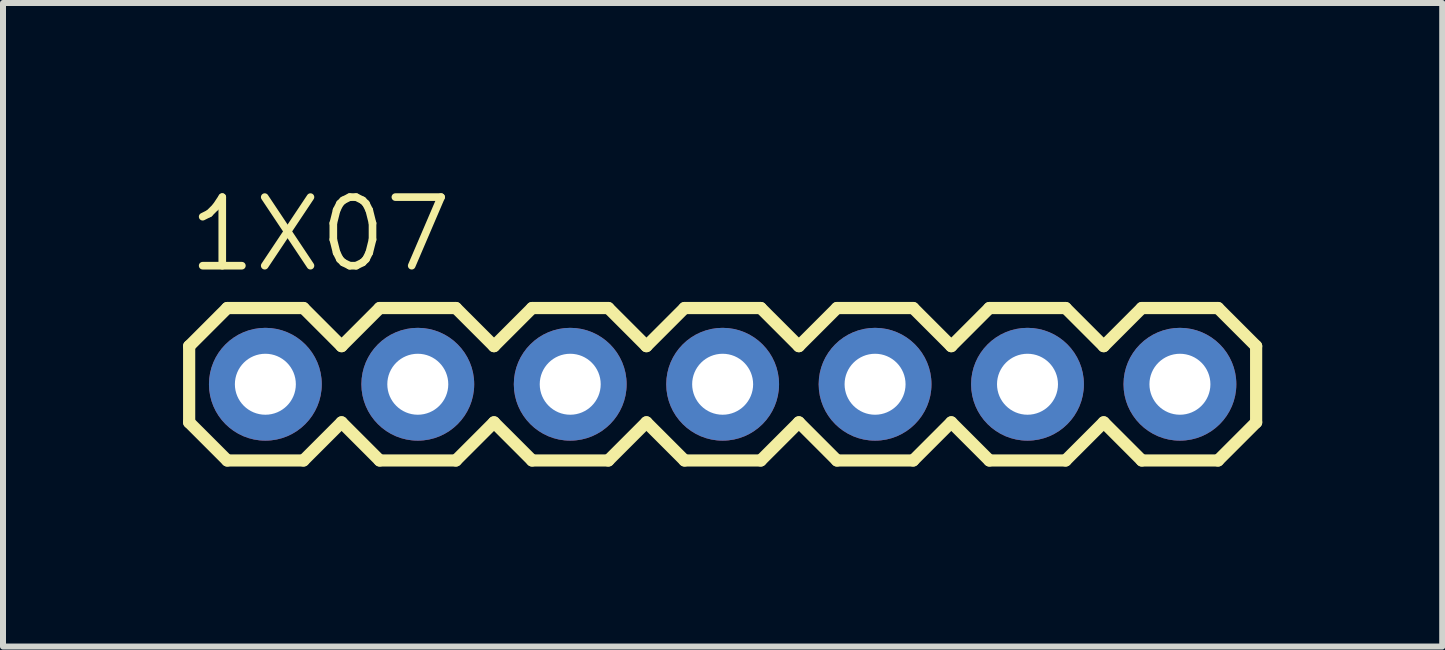
<source format=kicad_pcb>
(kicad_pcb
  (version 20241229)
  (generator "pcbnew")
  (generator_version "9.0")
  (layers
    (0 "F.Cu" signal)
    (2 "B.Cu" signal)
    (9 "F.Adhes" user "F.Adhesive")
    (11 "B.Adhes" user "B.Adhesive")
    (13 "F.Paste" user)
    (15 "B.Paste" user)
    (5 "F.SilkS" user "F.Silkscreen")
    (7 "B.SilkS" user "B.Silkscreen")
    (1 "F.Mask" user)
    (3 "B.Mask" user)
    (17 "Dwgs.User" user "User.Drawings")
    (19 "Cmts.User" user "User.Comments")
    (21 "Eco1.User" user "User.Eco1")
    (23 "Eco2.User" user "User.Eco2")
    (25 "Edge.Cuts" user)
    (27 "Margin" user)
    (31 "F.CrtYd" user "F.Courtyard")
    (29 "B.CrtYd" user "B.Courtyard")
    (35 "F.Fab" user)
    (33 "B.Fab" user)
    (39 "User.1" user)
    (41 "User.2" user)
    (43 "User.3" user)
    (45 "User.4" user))
  (footprint "1X07"
    (layer "F.Cu")
    (at 1.372 3.353)
    (property "Reference" "1X07" (at -1.346 -1.829 0) (layer "F.SilkS") (effects (font (size 1.143 1.143) (thickness 0.127)) (justify left bottom)))
    (fp_line (start -1.27 -0.635) (end -1.27 0.635) (stroke (width 0.203) (type solid)) (layer "F.SilkS"))
    (fp_line (start -1.27 0.635) (end -0.635 1.27) (stroke (width 0.203) (type solid)) (layer "F.SilkS"))
    (fp_line (start -0.635 -1.27) (end -1.27 -0.635) (stroke (width 0.203) (type solid)) (layer "F.SilkS"))
    (fp_line (start -0.635 -1.27) (end 0.635 -1.27) (stroke (width 0.203) (type solid)) (layer "F.SilkS"))
    (fp_line (start 0.635 -1.27) (end 1.27 -0.635) (stroke (width 0.203) (type solid)) (layer "F.SilkS"))
    (fp_line (start 0.635 1.27) (end -0.635 1.27) (stroke (width 0.203) (type solid)) (layer "F.SilkS"))
    (fp_line (start 1.27 -0.635) (end 1.905 -1.27) (stroke (width 0.203) (type solid)) (layer "F.SilkS"))
    (fp_line (start 1.27 0.635) (end 0.635 1.27) (stroke (width 0.203) (type solid)) (layer "F.SilkS"))
    (fp_line (start 1.905 -1.27) (end 3.175 -1.27) (stroke (width 0.203) (type solid)) (layer "F.SilkS"))
    (fp_line (start 1.905 1.27) (end 1.27 0.635) (stroke (width 0.203) (type solid)) (layer "F.SilkS"))
    (fp_line (start 3.175 -1.27) (end 3.81 -0.635) (stroke (width 0.203) (type solid)) (layer "F.SilkS"))
    (fp_line (start 3.175 1.27) (end 1.905 1.27) (stroke (width 0.203) (type solid)) (layer "F.SilkS"))
    (fp_line (start 3.81 -0.635) (end 4.445 -1.27) (stroke (width 0.203) (type solid)) (layer "F.SilkS"))
    (fp_line (start 3.81 0.635) (end 3.175 1.27) (stroke (width 0.203) (type solid)) (layer "F.SilkS"))
    (fp_line (start 4.445 -1.27) (end 5.715 -1.27) (stroke (width 0.203) (type solid)) (layer "F.SilkS"))
    (fp_line (start 4.445 1.27) (end 3.81 0.635) (stroke (width 0.203) (type solid)) (layer "F.SilkS"))
    (fp_line (start 5.715 -1.27) (end 6.35 -0.635) (stroke (width 0.203) (type solid)) (layer "F.SilkS"))
    (fp_line (start 5.715 1.27) (end 4.445 1.27) (stroke (width 0.203) (type solid)) (layer "F.SilkS"))
    (fp_line (start 6.35 0.635) (end 5.715 1.27) (stroke (width 0.203) (type solid)) (layer "F.SilkS"))
    (fp_line (start 6.35 0.635) (end 6.985 1.27) (stroke (width 0.203) (type solid)) (layer "F.SilkS"))
    (fp_line (start 6.985 -1.27) (end 6.35 -0.635) (stroke (width 0.203) (type solid)) (layer "F.SilkS"))
    (fp_line (start 6.985 -1.27) (end 8.255 -1.27) (stroke (width 0.203) (type solid)) (layer "F.SilkS"))
    (fp_line (start 8.255 -1.27) (end 8.89 -0.635) (stroke (width 0.203) (type solid)) (layer "F.SilkS"))
    (fp_line (start 8.255 1.27) (end 6.985 1.27) (stroke (width 0.203) (type solid)) (layer "F.SilkS"))
    (fp_line (start 8.89 -0.635) (end 9.525 -1.27) (stroke (width 0.203) (type solid)) (layer "F.SilkS"))
    (fp_line (start 8.89 0.635) (end 8.255 1.27) (stroke (width 0.203) (type solid)) (layer "F.SilkS"))
    (fp_line (start 9.525 -1.27) (end 10.795 -1.27) (stroke (width 0.203) (type solid)) (layer "F.SilkS"))
    (fp_line (start 9.525 1.27) (end 8.89 0.635) (stroke (width 0.203) (type solid)) (layer "F.SilkS"))
    (fp_line (start 10.795 -1.27) (end 11.43 -0.635) (stroke (width 0.203) (type solid)) (layer "F.SilkS"))
    (fp_line (start 10.795 1.27) (end 9.525 1.27) (stroke (width 0.203) (type solid)) (layer "F.SilkS"))
    (fp_line (start 11.43 -0.635) (end 12.065 -1.27) (stroke (width 0.203) (type solid)) (layer "F.SilkS"))
    (fp_line (start 11.43 0.635) (end 10.795 1.27) (stroke (width 0.203) (type solid)) (layer "F.SilkS"))
    (fp_line (start 12.065 -1.27) (end 13.335 -1.27) (stroke (width 0.203) (type solid)) (layer "F.SilkS"))
    (fp_line (start 12.065 1.27) (end 11.43 0.635) (stroke (width 0.203) (type solid)) (layer "F.SilkS"))
    (fp_line (start 13.335 -1.27) (end 13.97 -0.635) (stroke (width 0.203) (type solid)) (layer "F.SilkS"))
    (fp_line (start 13.335 1.27) (end 12.065 1.27) (stroke (width 0.203) (type solid)) (layer "F.SilkS"))
    (fp_line (start 13.97 0.635) (end 13.335 1.27) (stroke (width 0.203) (type solid)) (layer "F.SilkS"))
    (fp_line (start 13.97 0.635) (end 14.605 1.27) (stroke (width 0.203) (type solid)) (layer "F.SilkS"))
    (fp_line (start 14.605 -1.27) (end 13.97 -0.635) (stroke (width 0.203) (type solid)) (layer "F.SilkS"))
    (fp_line (start 14.605 -1.27) (end 15.875 -1.27) (stroke (width 0.203) (type solid)) (layer "F.SilkS"))
    (fp_line (start 15.875 -1.27) (end 16.51 -0.635) (stroke (width 0.203) (type solid)) (layer "F.SilkS"))
    (fp_line (start 15.875 1.27) (end 14.605 1.27) (stroke (width 0.203) (type solid)) (layer "F.SilkS"))
    (fp_line (start 16.51 -0.635) (end 16.51 0.635) (stroke (width 0.203) (type solid)) (layer "F.SilkS"))
    (fp_line (start 16.51 0.635) (end 15.875 1.27) (stroke (width 0.203) (type solid)) (layer "F.SilkS"))
    (fp_poly (pts (xy -0.254 0.254) (xy 0.254 0.254) (xy 0.254 -0.254) (xy -0.254 -0.254)) (stroke (width 0.1) (type default)) (fill no) (layer "F.Fab"))
    (fp_poly (pts (xy 2.286 0.254) (xy 2.794 0.254) (xy 2.794 -0.254) (xy 2.286 -0.254)) (stroke (width 0.1) (type default)) (fill no) (layer "F.Fab"))
    (fp_poly (pts (xy 4.826 0.254) (xy 5.334 0.254) (xy 5.334 -0.254) (xy 4.826 -0.254)) (stroke (width 0.1) (type default)) (fill no) (layer "F.Fab"))
    (fp_poly (pts (xy 7.366 0.254) (xy 7.874 0.254) (xy 7.874 -0.254) (xy 7.366 -0.254)) (stroke (width 0.1) (type default)) (fill no) (layer "F.Fab"))
    (fp_poly (pts (xy 9.906 0.254) (xy 10.414 0.254) (xy 10.414 -0.254) (xy 9.906 -0.254)) (stroke (width 0.1) (type default)) (fill no) (layer "F.Fab"))
    (fp_poly (pts (xy 12.446 0.254) (xy 12.954 0.254) (xy 12.954 -0.254) (xy 12.446 -0.254)) (stroke (width 0.1) (type default)) (fill no) (layer "F.Fab"))
    (fp_poly (pts (xy 14.986 0.254) (xy 15.494 0.254) (xy 15.494 -0.254) (xy 14.986 -0.254)) (stroke (width 0.1) (type default)) (fill no) (layer "F.Fab"))
    (pad "1" thru_hole circle (at 0 0 90) (size 1.88 1.88) (drill 1.016) (layers "*.Cu" "*.Mask"))
    (pad "2" thru_hole circle (at 2.54 0 90) (size 1.88 1.88) (drill 1.016) (layers "*.Cu" "*.Mask"))
    (pad "3" thru_hole circle (at 5.08 0 90) (size 1.88 1.88) (drill 1.016) (layers "*.Cu" "*.Mask"))
    (pad "4" thru_hole circle (at 7.62 0 90) (size 1.88 1.88) (drill 1.016) (layers "*.Cu" "*.Mask"))
    (pad "5" thru_hole circle (at 10.16 0 90) (size 1.88 1.88) (drill 1.016) (layers "*.Cu" "*.Mask"))
    (pad "6" thru_hole circle (at 12.7 0 90) (size 1.88 1.88) (drill 1.016) (layers "*.Cu" "*.Mask"))
    (pad "7" thru_hole circle (at 15.24 0 90) (size 1.88 1.88) (drill 1.016) (layers "*.Cu" "*.Mask")))
  (gr_rect
    (start -3 -3)
    (end 20.983 7.724)
    (stroke (width 0.1) (type default))
    (fill no)
    (layer "Edge.Cuts")))
</source>
